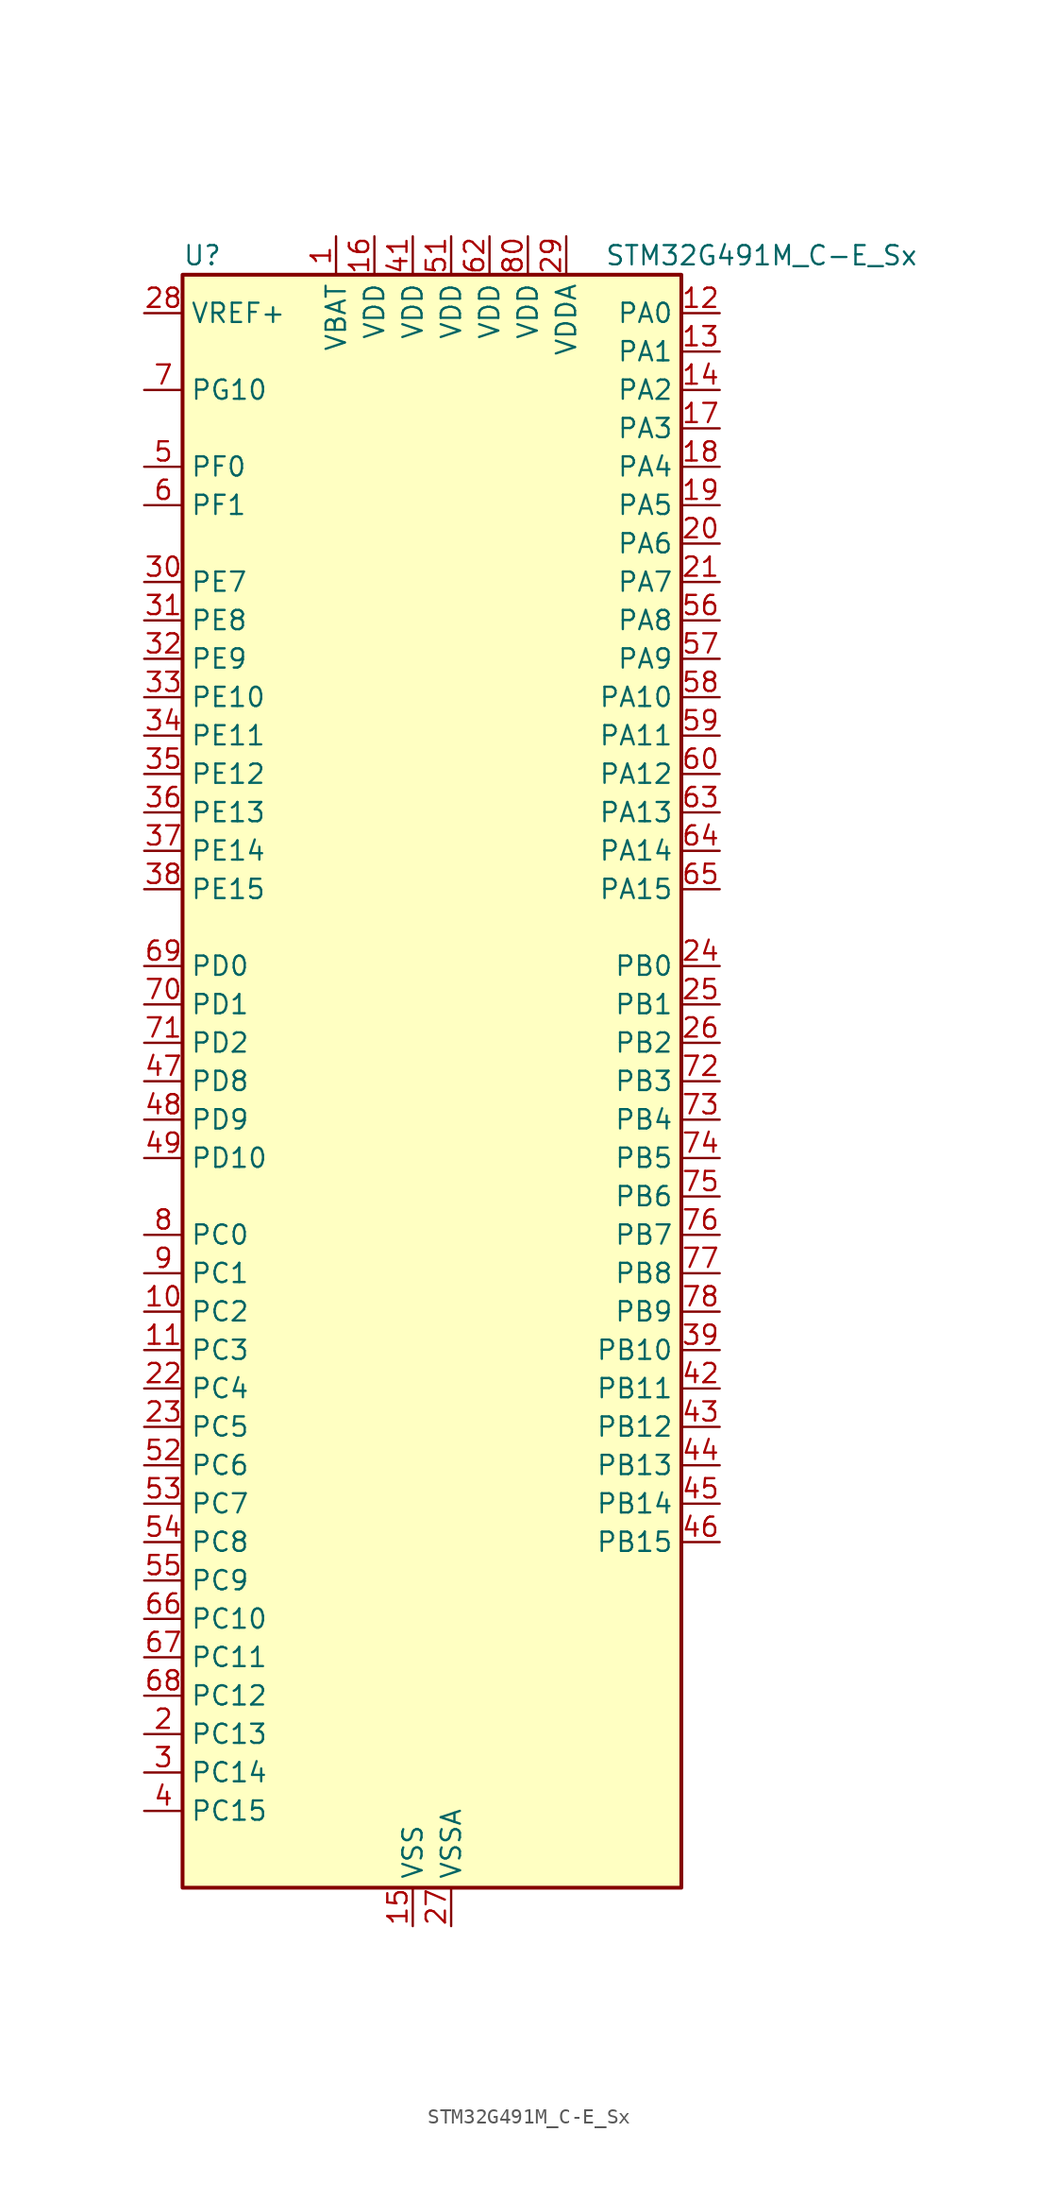
<source format=kicad_sym>
(kicad_symbol_lib
  (version 20220914)
  (generator kicad_symbol_editor)
  (symbol "STM32G491M_C-E_Sx"
    (property "Reference" "U"
      (at -15.24 54.61 0)
      (effects (font (size 1.27 1.27)) (justify left)))
    (property "Value" "STM32G491M_C-E_Sx"
      (at 12.7 54.61 0)
      (effects (font (size 1.27 1.27)) (justify left)))
    (property "ki_locked" ""
      (at 0 0 0)
      (effects (font (size 1.27 1.27))))
    (symbol "STM32G491M_C-E_Sx_0_1"
      (rectangle (start -15.24 -53.34) (end 17.78 53.34) (stroke (width 0.254) (type default)) (fill (type background))))
    (symbol "STM32G491M_C-E_Sx_1_1"
      (pin power_in line (at -5.08 55.88 270) (length 2.54) (name "VBAT" (effects (font (size 1.27 1.27)))) (number "1" (effects (font (size 1.27 1.27)))))
      (pin bidirectional line (at -17.78 -15.24 0) (length 2.54) (name "PC2" (effects (font (size 1.27 1.27)))) (number "10" (effects (font (size 1.27 1.27)))) (alternate "ADC1_IN8" bidirectional line) (alternate "ADC2_IN8" bidirectional line) (alternate "ADC3_EXTI2" bidirectional line) (alternate "COMP3_OUT" bidirectional line) (alternate "LPTIM1_IN2" bidirectional line) (alternate "QUADSPI1_BK2_IO1" bidirectional line) (alternate "TIM1_CH3" bidirectional line) (alternate "TIM20_CH2" bidirectional line))
      (pin bidirectional line (at -17.78 -17.78 0) (length 2.54) (name "PC3" (effects (font (size 1.27 1.27)))) (number "11" (effects (font (size 1.27 1.27)))) (alternate "ADC1_IN9" bidirectional line) (alternate "ADC2_IN9" bidirectional line) (alternate "ADC3_EXTI3" bidirectional line) (alternate "LPTIM1_ETR" bidirectional line) (alternate "QUADSPI1_BK2_IO2" bidirectional line) (alternate "SAI1_D1" bidirectional line) (alternate "SAI1_SD_A" bidirectional line) (alternate "TIM1_BKIN2" bidirectional line) (alternate "TIM1_CH4" bidirectional line))
      (pin bidirectional line (at 20.32 50.8 180) (length 2.54) (name "PA0" (effects (font (size 1.27 1.27)))) (number "12" (effects (font (size 1.27 1.27)))) (alternate "ADC1_IN1" bidirectional line) (alternate "ADC2_IN1" bidirectional line) (alternate "COMP1_INM" bidirectional line) (alternate "COMP1_OUT" bidirectional line) (alternate "COMP3_INP" bidirectional line) (alternate "RTC_TAMP2" bidirectional line) (alternate "SYS_WKUP1" bidirectional line) (alternate "TIM2_CH1" bidirectional line) (alternate "TIM2_ETR" bidirectional line) (alternate "TIM8_BKIN" bidirectional line) (alternate "TIM8_ETR" bidirectional line) (alternate "USART2_CTS" bidirectional line) (alternate "USART2_NSS" bidirectional line))
      (pin bidirectional line (at 20.32 48.26 180) (length 2.54) (name "PA1" (effects (font (size 1.27 1.27)))) (number "13" (effects (font (size 1.27 1.27)))) (alternate "ADC1_IN2" bidirectional line) (alternate "ADC2_IN2" bidirectional line) (alternate "COMP1_INP" bidirectional line) (alternate "OPAMP1_VINP" bidirectional line) (alternate "OPAMP1_VINP_SEC" bidirectional line) (alternate "OPAMP3_VINP" bidirectional line) (alternate "OPAMP3_VINP_SEC" bidirectional line) (alternate "OPAMP6_VINM" bidirectional line) (alternate "OPAMP6_VINM0" bidirectional line) (alternate "OPAMP6_VINM_SEC" bidirectional line) (alternate "RTC_REFIN" bidirectional line) (alternate "TIM15_CH1N" bidirectional line) (alternate "TIM2_CH2" bidirectional line) (alternate "USART2_DE" bidirectional line) (alternate "USART2_RTS" bidirectional line))
      (pin bidirectional line (at 20.32 45.72 180) (length 2.54) (name "PA2" (effects (font (size 1.27 1.27)))) (number "14" (effects (font (size 1.27 1.27)))) (alternate "ADC1_IN3" bidirectional line) (alternate "ADC3_EXTI2" bidirectional line) (alternate "COMP2_INM" bidirectional line) (alternate "COMP2_OUT" bidirectional line) (alternate "LPUART1_TX" bidirectional line) (alternate "OPAMP1_VOUT" bidirectional line) (alternate "QUADSPI1_BK1_NCS" bidirectional line) (alternate "RCC_LSCO" bidirectional line) (alternate "SYS_WKUP4" bidirectional line) (alternate "TIM15_CH1" bidirectional line) (alternate "TIM2_CH3" bidirectional line) (alternate "UCPD1_FRSTX1" bidirectional line) (alternate "UCPD1_FRSTX2" bidirectional line) (alternate "USART2_TX" bidirectional line))
      (pin power_in line (at 0 -55.88 90) (length 2.54) (name "VSS" (effects (font (size 1.27 1.27)))) (number "15" (effects (font (size 1.27 1.27)))))
      (pin power_in line (at -2.54 55.88 270) (length 2.54) (name "VDD" (effects (font (size 1.27 1.27)))) (number "16" (effects (font (size 1.27 1.27)))))
      (pin bidirectional line (at 20.32 43.18 180) (length 2.54) (name "PA3" (effects (font (size 1.27 1.27)))) (number "17" (effects (font (size 1.27 1.27)))) (alternate "ADC1_IN4" bidirectional line) (alternate "ADC3_EXTI3" bidirectional line) (alternate "COMP2_INP" bidirectional line) (alternate "LPUART1_RX" bidirectional line) (alternate "OPAMP1_VINM" bidirectional line) (alternate "OPAMP1_VINM0" bidirectional line) (alternate "OPAMP1_VINM_SEC" bidirectional line) (alternate "OPAMP1_VINP" bidirectional line) (alternate "OPAMP1_VINP_SEC" bidirectional line) (alternate "QUADSPI1_CLK" bidirectional line) (alternate "SAI1_CK1" bidirectional line) (alternate "SAI1_MCLK_A" bidirectional line) (alternate "TIM15_CH2" bidirectional line) (alternate "TIM2_CH4" bidirectional line) (alternate "USART2_RX" bidirectional line))
      (pin bidirectional line (at 20.32 40.64 180) (length 2.54) (name "PA4" (effects (font (size 1.27 1.27)))) (number "18" (effects (font (size 1.27 1.27)))) (alternate "ADC2_IN17" bidirectional line) (alternate "COMP1_INM" bidirectional line) (alternate "DAC1_OUT1" bidirectional line) (alternate "I2S3_WS" bidirectional line) (alternate "SAI1_FS_B" bidirectional line) (alternate "SPI1_NSS" bidirectional line) (alternate "SPI3_NSS" bidirectional line) (alternate "TIM3_CH2" bidirectional line) (alternate "USART2_CK" bidirectional line))
      (pin bidirectional line (at 20.32 38.1 180) (length 2.54) (name "PA5" (effects (font (size 1.27 1.27)))) (number "19" (effects (font (size 1.27 1.27)))) (alternate "ADC2_IN13" bidirectional line) (alternate "COMP2_INM" bidirectional line) (alternate "DAC1_OUT2" bidirectional line) (alternate "OPAMP2_VINM" bidirectional line) (alternate "OPAMP2_VINM0" bidirectional line) (alternate "OPAMP2_VINM_SEC" bidirectional line) (alternate "SPI1_SCK" bidirectional line) (alternate "TIM2_CH1" bidirectional line) (alternate "TIM2_ETR" bidirectional line) (alternate "UCPD1_FRSTX1" bidirectional line) (alternate "UCPD1_FRSTX2" bidirectional line))
      (pin bidirectional line (at -17.78 -43.18 0) (length 2.54) (name "PC13" (effects (font (size 1.27 1.27)))) (number "2" (effects (font (size 1.27 1.27)))) (alternate "RTC_OUT1" bidirectional line) (alternate "RTC_TAMP1" bidirectional line) (alternate "RTC_TS" bidirectional line) (alternate "SYS_WKUP2" bidirectional line) (alternate "TIM1_BKIN" bidirectional line) (alternate "TIM1_CH1N" bidirectional line) (alternate "TIM8_CH4N" bidirectional line))
      (pin bidirectional line (at 20.32 35.56 180) (length 2.54) (name "PA6" (effects (font (size 1.27 1.27)))) (number "20" (effects (font (size 1.27 1.27)))) (alternate "ADC2_IN3" bidirectional line) (alternate "COMP1_OUT" bidirectional line) (alternate "LPUART1_CTS" bidirectional line) (alternate "OPAMP2_VOUT" bidirectional line) (alternate "QUADSPI1_BK1_IO3" bidirectional line) (alternate "SPI1_MISO" bidirectional line) (alternate "TIM16_CH1" bidirectional line) (alternate "TIM1_BKIN" bidirectional line) (alternate "TIM3_CH1" bidirectional line) (alternate "TIM8_BKIN" bidirectional line))
      (pin bidirectional line (at 20.32 33.02 180) (length 2.54) (name "PA7" (effects (font (size 1.27 1.27)))) (number "21" (effects (font (size 1.27 1.27)))) (alternate "ADC2_IN4" bidirectional line) (alternate "COMP2_INP" bidirectional line) (alternate "COMP2_OUT" bidirectional line) (alternate "OPAMP1_VINP" bidirectional line) (alternate "OPAMP1_VINP_SEC" bidirectional line) (alternate "OPAMP2_VINP" bidirectional line) (alternate "OPAMP2_VINP_SEC" bidirectional line) (alternate "QUADSPI1_BK1_IO2" bidirectional line) (alternate "SPI1_MOSI" bidirectional line) (alternate "TIM17_CH1" bidirectional line) (alternate "TIM1_CH1N" bidirectional line) (alternate "TIM3_CH2" bidirectional line) (alternate "TIM8_CH1N" bidirectional line) (alternate "UCPD1_FRSTX1" bidirectional line) (alternate "UCPD1_FRSTX2" bidirectional line))
      (pin bidirectional line (at -17.78 -20.32 0) (length 2.54) (name "PC4" (effects (font (size 1.27 1.27)))) (number "22" (effects (font (size 1.27 1.27)))) (alternate "ADC2_IN5" bidirectional line) (alternate "I2C2_SCL" bidirectional line) (alternate "QUADSPI1_BK2_IO3" bidirectional line) (alternate "TIM1_ETR" bidirectional line) (alternate "USART1_TX" bidirectional line))
      (pin bidirectional line (at -17.78 -22.86 0) (length 2.54) (name "PC5" (effects (font (size 1.27 1.27)))) (number "23" (effects (font (size 1.27 1.27)))) (alternate "ADC2_IN11" bidirectional line) (alternate "OPAMP1_VINM" bidirectional line) (alternate "OPAMP1_VINM1" bidirectional line) (alternate "OPAMP1_VINM_SEC" bidirectional line) (alternate "OPAMP2_VINM" bidirectional line) (alternate "OPAMP2_VINM1" bidirectional line) (alternate "OPAMP2_VINM_SEC" bidirectional line) (alternate "SAI1_D3" bidirectional line) (alternate "SYS_WKUP5" bidirectional line) (alternate "TIM15_BKIN" bidirectional line) (alternate "TIM1_CH4N" bidirectional line) (alternate "USART1_RX" bidirectional line))
      (pin bidirectional line (at 20.32 7.62 180) (length 2.54) (name "PB0" (effects (font (size 1.27 1.27)))) (number "24" (effects (font (size 1.27 1.27)))) (alternate "ADC1_IN15" bidirectional line) (alternate "ADC3_IN12" bidirectional line) (alternate "COMP4_INP" bidirectional line) (alternate "OPAMP2_VINP" bidirectional line) (alternate "OPAMP2_VINP_SEC" bidirectional line) (alternate "OPAMP3_VINP" bidirectional line) (alternate "OPAMP3_VINP_SEC" bidirectional line) (alternate "QUADSPI1_BK1_IO1" bidirectional line) (alternate "TIM1_CH2N" bidirectional line) (alternate "TIM3_CH3" bidirectional line) (alternate "TIM8_CH2N" bidirectional line) (alternate "UCPD1_FRSTX1" bidirectional line) (alternate "UCPD1_FRSTX2" bidirectional line))
      (pin bidirectional line (at 20.32 5.08 180) (length 2.54) (name "PB1" (effects (font (size 1.27 1.27)))) (number "25" (effects (font (size 1.27 1.27)))) (alternate "ADC1_IN12" bidirectional line) (alternate "ADC3_IN1" bidirectional line) (alternate "COMP1_INP" bidirectional line) (alternate "COMP4_OUT" bidirectional line) (alternate "LPUART1_DE" bidirectional line) (alternate "LPUART1_RTS" bidirectional line) (alternate "OPAMP3_VOUT" bidirectional line) (alternate "OPAMP6_VINM" bidirectional line) (alternate "OPAMP6_VINM1" bidirectional line) (alternate "OPAMP6_VINM_SEC" bidirectional line) (alternate "QUADSPI1_BK1_IO0" bidirectional line) (alternate "TIM1_CH3N" bidirectional line) (alternate "TIM3_CH4" bidirectional line) (alternate "TIM8_CH3N" bidirectional line))
      (pin bidirectional line (at 20.32 2.54 180) (length 2.54) (name "PB2" (effects (font (size 1.27 1.27)))) (number "26" (effects (font (size 1.27 1.27)))) (alternate "ADC2_IN12" bidirectional line) (alternate "ADC3_EXTI2" bidirectional line) (alternate "COMP4_INM" bidirectional line) (alternate "I2C3_SMBA" bidirectional line) (alternate "LPTIM1_OUT" bidirectional line) (alternate "OPAMP3_VINM" bidirectional line) (alternate "OPAMP3_VINM0" bidirectional line) (alternate "OPAMP3_VINM_SEC" bidirectional line) (alternate "QUADSPI1_BK2_IO1" bidirectional line) (alternate "RTC_OUT2" bidirectional line) (alternate "TIM20_CH1" bidirectional line))
      (pin power_in line (at 2.54 -55.88 90) (length 2.54) (name "VSSA" (effects (font (size 1.27 1.27)))) (number "27" (effects (font (size 1.27 1.27)))))
      (pin input line (at -17.78 50.8 0) (length 2.54) (name "VREF+" (effects (font (size 1.27 1.27)))) (number "28" (effects (font (size 1.27 1.27)))) (alternate "VREFBUF_OUT" bidirectional line))
      (pin power_in line (at 10.16 55.88 270) (length 2.54) (name "VDDA" (effects (font (size 1.27 1.27)))) (number "29" (effects (font (size 1.27 1.27)))))
      (pin bidirectional line (at -17.78 -45.72 0) (length 2.54) (name "PC14" (effects (font (size 1.27 1.27)))) (number "3" (effects (font (size 1.27 1.27)))) (alternate "RCC_OSC32_IN" bidirectional line))
      (pin bidirectional line (at -17.78 33.02 0) (length 2.54) (name "PE7" (effects (font (size 1.27 1.27)))) (number "30" (effects (font (size 1.27 1.27)))) (alternate "ADC3_IN4" bidirectional line) (alternate "COMP4_INP" bidirectional line) (alternate "SAI1_SD_B" bidirectional line) (alternate "TIM1_ETR" bidirectional line))
      (pin bidirectional line (at -17.78 30.48 0) (length 2.54) (name "PE8" (effects (font (size 1.27 1.27)))) (number "31" (effects (font (size 1.27 1.27)))) (alternate "ADC3_IN6" bidirectional line) (alternate "COMP4_INM" bidirectional line) (alternate "SAI1_SCK_B" bidirectional line) (alternate "TIM1_CH1N" bidirectional line))
      (pin bidirectional line (at -17.78 27.94 0) (length 2.54) (name "PE9" (effects (font (size 1.27 1.27)))) (number "32" (effects (font (size 1.27 1.27)))) (alternate "ADC3_IN2" bidirectional line) (alternate "DAC1_EXTI9" bidirectional line) (alternate "DAC3_EXTI9" bidirectional line) (alternate "SAI1_FS_B" bidirectional line) (alternate "TIM1_CH1" bidirectional line))
      (pin bidirectional line (at -17.78 25.4 0) (length 2.54) (name "PE10" (effects (font (size 1.27 1.27)))) (number "33" (effects (font (size 1.27 1.27)))) (alternate "ADC3_IN14" bidirectional line) (alternate "DAC1_EXTI10" bidirectional line) (alternate "DAC3_EXTI10" bidirectional line) (alternate "QUADSPI1_CLK" bidirectional line) (alternate "SAI1_MCLK_B" bidirectional line) (alternate "TIM1_CH2N" bidirectional line))
      (pin bidirectional line (at -17.78 22.86 0) (length 2.54) (name "PE11" (effects (font (size 1.27 1.27)))) (number "34" (effects (font (size 1.27 1.27)))) (alternate "ADC1_EXTI11" bidirectional line) (alternate "ADC2_EXTI11" bidirectional line) (alternate "ADC3_IN15" bidirectional line) (alternate "QUADSPI1_BK1_NCS" bidirectional line) (alternate "TIM1_CH2" bidirectional line))
      (pin bidirectional line (at -17.78 20.32 0) (length 2.54) (name "PE12" (effects (font (size 1.27 1.27)))) (number "35" (effects (font (size 1.27 1.27)))) (alternate "ADC3_IN16" bidirectional line) (alternate "QUADSPI1_BK1_IO0" bidirectional line) (alternate "TIM1_CH3N" bidirectional line))
      (pin bidirectional line (at -17.78 17.78 0) (length 2.54) (name "PE13" (effects (font (size 1.27 1.27)))) (number "36" (effects (font (size 1.27 1.27)))) (alternate "ADC3_IN3" bidirectional line) (alternate "QUADSPI1_BK1_IO1" bidirectional line) (alternate "TIM1_CH3" bidirectional line))
      (pin bidirectional line (at -17.78 15.24 0) (length 2.54) (name "PE14" (effects (font (size 1.27 1.27)))) (number "37" (effects (font (size 1.27 1.27)))) (alternate "QUADSPI1_BK1_IO2" bidirectional line) (alternate "TIM1_BKIN2" bidirectional line) (alternate "TIM1_CH4" bidirectional line))
      (pin bidirectional line (at -17.78 12.7 0) (length 2.54) (name "PE15" (effects (font (size 1.27 1.27)))) (number "38" (effects (font (size 1.27 1.27)))) (alternate "ADC1_EXTI15" bidirectional line) (alternate "ADC2_EXTI15" bidirectional line) (alternate "QUADSPI1_BK1_IO3" bidirectional line) (alternate "TIM1_BKIN" bidirectional line) (alternate "TIM1_CH4N" bidirectional line) (alternate "USART3_RX" bidirectional line))
      (pin bidirectional line (at 20.32 -17.78 180) (length 2.54) (name "PB10" (effects (font (size 1.27 1.27)))) (number "39" (effects (font (size 1.27 1.27)))) (alternate "DAC1_EXTI10" bidirectional line) (alternate "DAC3_EXTI10" bidirectional line) (alternate "LPUART1_RX" bidirectional line) (alternate "OPAMP3_VINM" bidirectional line) (alternate "OPAMP3_VINM1" bidirectional line) (alternate "OPAMP3_VINM_SEC" bidirectional line) (alternate "QUADSPI1_CLK" bidirectional line) (alternate "SAI1_SCK_A" bidirectional line) (alternate "TIM1_BKIN" bidirectional line) (alternate "TIM2_CH3" bidirectional line) (alternate "USART3_TX" bidirectional line))
      (pin bidirectional line (at -17.78 -48.26 0) (length 2.54) (name "PC15" (effects (font (size 1.27 1.27)))) (number "4" (effects (font (size 1.27 1.27)))) (alternate "ADC1_EXTI15" bidirectional line) (alternate "ADC2_EXTI15" bidirectional line) (alternate "RCC_OSC32_OUT" bidirectional line))
      (pin passive line (at 0 -55.88 90) (length 2.54) hide (name "VSS" (effects (font (size 1.27 1.27)))) (number "40" (effects (font (size 1.27 1.27)))))
      (pin power_in line (at 0 55.88 270) (length 2.54) (name "VDD" (effects (font (size 1.27 1.27)))) (number "41" (effects (font (size 1.27 1.27)))))
      (pin bidirectional line (at 20.32 -20.32 180) (length 2.54) (name "PB11" (effects (font (size 1.27 1.27)))) (number "42" (effects (font (size 1.27 1.27)))) (alternate "ADC1_EXTI11" bidirectional line) (alternate "ADC1_IN14" bidirectional line) (alternate "ADC2_EXTI11" bidirectional line) (alternate "ADC2_IN14" bidirectional line) (alternate "LPUART1_TX" bidirectional line) (alternate "OPAMP6_VOUT" bidirectional line) (alternate "QUADSPI1_BK1_NCS" bidirectional line) (alternate "TIM2_CH4" bidirectional line) (alternate "USART3_RX" bidirectional line))
      (pin bidirectional line (at 20.32 -22.86 180) (length 2.54) (name "PB12" (effects (font (size 1.27 1.27)))) (number "43" (effects (font (size 1.27 1.27)))) (alternate "ADC1_IN11" bidirectional line) (alternate "FDCAN2_RX" bidirectional line) (alternate "I2C2_SMBA" bidirectional line) (alternate "I2S2_WS" bidirectional line) (alternate "LPUART1_DE" bidirectional line) (alternate "LPUART1_RTS" bidirectional line) (alternate "OPAMP6_VINP" bidirectional line) (alternate "OPAMP6_VINP_SEC" bidirectional line) (alternate "SPI2_NSS" bidirectional line) (alternate "TIM1_BKIN" bidirectional line) (alternate "USART3_CK" bidirectional line))
      (pin bidirectional line (at 20.32 -25.4 180) (length 2.54) (name "PB13" (effects (font (size 1.27 1.27)))) (number "44" (effects (font (size 1.27 1.27)))) (alternate "ADC3_IN5" bidirectional line) (alternate "FDCAN2_TX" bidirectional line) (alternate "I2S2_CK" bidirectional line) (alternate "LPUART1_CTS" bidirectional line) (alternate "OPAMP3_VINP" bidirectional line) (alternate "OPAMP3_VINP_SEC" bidirectional line) (alternate "OPAMP6_VINP" bidirectional line) (alternate "OPAMP6_VINP_SEC" bidirectional line) (alternate "SPI2_SCK" bidirectional line) (alternate "TIM1_CH1N" bidirectional line) (alternate "USART3_CTS" bidirectional line) (alternate "USART3_NSS" bidirectional line))
      (pin bidirectional line (at 20.32 -27.94 180) (length 2.54) (name "PB14" (effects (font (size 1.27 1.27)))) (number "45" (effects (font (size 1.27 1.27)))) (alternate "ADC1_IN5" bidirectional line) (alternate "COMP4_OUT" bidirectional line) (alternate "OPAMP2_VINP" bidirectional line) (alternate "OPAMP2_VINP_SEC" bidirectional line) (alternate "SPI2_MISO" bidirectional line) (alternate "TIM15_CH1" bidirectional line) (alternate "TIM1_CH2N" bidirectional line) (alternate "USART3_DE" bidirectional line) (alternate "USART3_RTS" bidirectional line))
      (pin bidirectional line (at 20.32 -30.48 180) (length 2.54) (name "PB15" (effects (font (size 1.27 1.27)))) (number "46" (effects (font (size 1.27 1.27)))) (alternate "ADC1_EXTI15" bidirectional line) (alternate "ADC2_EXTI15" bidirectional line) (alternate "ADC2_IN15" bidirectional line) (alternate "COMP3_OUT" bidirectional line) (alternate "I2S2_SD" bidirectional line) (alternate "RTC_REFIN" bidirectional line) (alternate "SPI2_MOSI" bidirectional line) (alternate "TIM15_CH1N" bidirectional line) (alternate "TIM15_CH2" bidirectional line) (alternate "TIM1_CH3N" bidirectional line))
      (pin bidirectional line (at -17.78 0 0) (length 2.54) (name "PD8" (effects (font (size 1.27 1.27)))) (number "47" (effects (font (size 1.27 1.27)))) (alternate "USART3_TX" bidirectional line))
      (pin bidirectional line (at -17.78 -2.54 0) (length 2.54) (name "PD9" (effects (font (size 1.27 1.27)))) (number "48" (effects (font (size 1.27 1.27)))) (alternate "DAC1_EXTI9" bidirectional line) (alternate "DAC3_EXTI9" bidirectional line) (alternate "OPAMP6_VINP" bidirectional line) (alternate "OPAMP6_VINP_SEC" bidirectional line) (alternate "USART3_RX" bidirectional line))
      (pin bidirectional line (at -17.78 -5.08 0) (length 2.54) (name "PD10" (effects (font (size 1.27 1.27)))) (number "49" (effects (font (size 1.27 1.27)))) (alternate "ADC3_IN7" bidirectional line) (alternate "DAC1_EXTI10" bidirectional line) (alternate "DAC3_EXTI10" bidirectional line) (alternate "USART3_CK" bidirectional line))
      (pin bidirectional line (at -17.78 40.64 0) (length 2.54) (name "PF0" (effects (font (size 1.27 1.27)))) (number "5" (effects (font (size 1.27 1.27)))) (alternate "ADC1_IN10" bidirectional line) (alternate "I2C2_SDA" bidirectional line) (alternate "I2S2_WS" bidirectional line) (alternate "RCC_OSC_IN" bidirectional line) (alternate "SPI2_NSS" bidirectional line) (alternate "TIM1_CH3N" bidirectional line))
      (pin passive line (at 0 -55.88 90) (length 2.54) hide (name "VSS" (effects (font (size 1.27 1.27)))) (number "50" (effects (font (size 1.27 1.27)))))
      (pin power_in line (at 2.54 55.88 270) (length 2.54) (name "VDD" (effects (font (size 1.27 1.27)))) (number "51" (effects (font (size 1.27 1.27)))))
      (pin bidirectional line (at -17.78 -25.4 0) (length 2.54) (name "PC6" (effects (font (size 1.27 1.27)))) (number "52" (effects (font (size 1.27 1.27)))) (alternate "I2S2_MCK" bidirectional line) (alternate "TIM3_CH1" bidirectional line) (alternate "TIM8_CH1" bidirectional line))
      (pin bidirectional line (at -17.78 -27.94 0) (length 2.54) (name "PC7" (effects (font (size 1.27 1.27)))) (number "53" (effects (font (size 1.27 1.27)))) (alternate "I2S3_MCK" bidirectional line) (alternate "TIM3_CH2" bidirectional line) (alternate "TIM8_CH2" bidirectional line))
      (pin bidirectional line (at -17.78 -30.48 0) (length 2.54) (name "PC8" (effects (font (size 1.27 1.27)))) (number "54" (effects (font (size 1.27 1.27)))) (alternate "I2C3_SCL" bidirectional line) (alternate "TIM20_CH3" bidirectional line) (alternate "TIM3_CH3" bidirectional line) (alternate "TIM8_CH3" bidirectional line))
      (pin bidirectional line (at -17.78 -33.02 0) (length 2.54) (name "PC9" (effects (font (size 1.27 1.27)))) (number "55" (effects (font (size 1.27 1.27)))) (alternate "DAC1_EXTI9" bidirectional line) (alternate "DAC3_EXTI9" bidirectional line) (alternate "I2C3_SDA" bidirectional line) (alternate "I2S_CKIN" bidirectional line) (alternate "TIM3_CH4" bidirectional line) (alternate "TIM8_BKIN2" bidirectional line) (alternate "TIM8_CH4" bidirectional line))
      (pin bidirectional line (at 20.32 30.48 180) (length 2.54) (name "PA8" (effects (font (size 1.27 1.27)))) (number "56" (effects (font (size 1.27 1.27)))) (alternate "I2C2_SDA" bidirectional line) (alternate "I2C3_SCL" bidirectional line) (alternate "I2S2_MCK" bidirectional line) (alternate "RCC_MCO" bidirectional line) (alternate "SAI1_CK2" bidirectional line) (alternate "SAI1_SCK_A" bidirectional line) (alternate "TIM1_CH1" bidirectional line) (alternate "TIM4_ETR" bidirectional line) (alternate "USART1_CK" bidirectional line))
      (pin bidirectional line (at 20.32 27.94 180) (length 2.54) (name "PA9" (effects (font (size 1.27 1.27)))) (number "57" (effects (font (size 1.27 1.27)))) (alternate "DAC1_EXTI9" bidirectional line) (alternate "DAC3_EXTI9" bidirectional line) (alternate "I2C2_SCL" bidirectional line) (alternate "I2C3_SMBA" bidirectional line) (alternate "I2S3_MCK" bidirectional line) (alternate "SAI1_FS_A" bidirectional line) (alternate "TIM15_BKIN" bidirectional line) (alternate "TIM1_CH2" bidirectional line) (alternate "TIM2_CH3" bidirectional line) (alternate "UCPD1_DBCC1" bidirectional line) (alternate "USART1_TX" bidirectional line))
      (pin bidirectional line (at 20.32 25.4 180) (length 2.54) (name "PA10" (effects (font (size 1.27 1.27)))) (number "58" (effects (font (size 1.27 1.27)))) (alternate "CRS_SYNC" bidirectional line) (alternate "DAC1_EXTI10" bidirectional line) (alternate "DAC3_EXTI10" bidirectional line) (alternate "I2C2_SMBA" bidirectional line) (alternate "SAI1_D1" bidirectional line) (alternate "SAI1_SD_A" bidirectional line) (alternate "SPI2_MISO" bidirectional line) (alternate "TIM17_BKIN" bidirectional line) (alternate "TIM1_CH3" bidirectional line) (alternate "TIM2_CH4" bidirectional line) (alternate "TIM8_BKIN" bidirectional line) (alternate "UCPD1_DBCC2" bidirectional line) (alternate "USART1_RX" bidirectional line))
      (pin bidirectional line (at 20.32 22.86 180) (length 2.54) (name "PA11" (effects (font (size 1.27 1.27)))) (number "59" (effects (font (size 1.27 1.27)))) (alternate "ADC1_EXTI11" bidirectional line) (alternate "ADC2_EXTI11" bidirectional line) (alternate "COMP1_OUT" bidirectional line) (alternate "FDCAN1_RX" bidirectional line) (alternate "I2S2_SD" bidirectional line) (alternate "SPI2_MOSI" bidirectional line) (alternate "TIM1_BKIN2" bidirectional line) (alternate "TIM1_CH1N" bidirectional line) (alternate "TIM1_CH4" bidirectional line) (alternate "TIM4_CH1" bidirectional line) (alternate "USART1_CTS" bidirectional line) (alternate "USART1_NSS" bidirectional line) (alternate "USB_DM" bidirectional line))
      (pin bidirectional line (at -17.78 38.1 0) (length 2.54) (name "PF1" (effects (font (size 1.27 1.27)))) (number "6" (effects (font (size 1.27 1.27)))) (alternate "ADC2_IN10" bidirectional line) (alternate "COMP3_INM" bidirectional line) (alternate "I2S2_CK" bidirectional line) (alternate "RCC_OSC_OUT" bidirectional line) (alternate "SPI2_SCK" bidirectional line))
      (pin bidirectional line (at 20.32 20.32 180) (length 2.54) (name "PA12" (effects (font (size 1.27 1.27)))) (number "60" (effects (font (size 1.27 1.27)))) (alternate "COMP2_OUT" bidirectional line) (alternate "FDCAN1_TX" bidirectional line) (alternate "I2S_CKIN" bidirectional line) (alternate "TIM16_CH1" bidirectional line) (alternate "TIM1_CH2N" bidirectional line) (alternate "TIM1_ETR" bidirectional line) (alternate "TIM4_CH2" bidirectional line) (alternate "USART1_DE" bidirectional line) (alternate "USART1_RTS" bidirectional line) (alternate "USB_DP" bidirectional line))
      (pin passive line (at 0 -55.88 90) (length 2.54) hide (name "VSS" (effects (font (size 1.27 1.27)))) (number "61" (effects (font (size 1.27 1.27)))))
      (pin power_in line (at 5.08 55.88 270) (length 2.54) (name "VDD" (effects (font (size 1.27 1.27)))) (number "62" (effects (font (size 1.27 1.27)))))
      (pin bidirectional line (at 20.32 17.78 180) (length 2.54) (name "PA13" (effects (font (size 1.27 1.27)))) (number "63" (effects (font (size 1.27 1.27)))) (alternate "I2C1_SCL" bidirectional line) (alternate "IR_OUT" bidirectional line) (alternate "SAI1_SD_B" bidirectional line) (alternate "SYS_JTMS-SWDIO" bidirectional line) (alternate "TIM16_CH1N" bidirectional line) (alternate "TIM4_CH3" bidirectional line) (alternate "USART3_CTS" bidirectional line) (alternate "USART3_NSS" bidirectional line))
      (pin bidirectional line (at 20.32 15.24 180) (length 2.54) (name "PA14" (effects (font (size 1.27 1.27)))) (number "64" (effects (font (size 1.27 1.27)))) (alternate "I2C1_SDA" bidirectional line) (alternate "LPTIM1_OUT" bidirectional line) (alternate "SAI1_FS_B" bidirectional line) (alternate "SYS_JTCK-SWCLK" bidirectional line) (alternate "TIM1_BKIN" bidirectional line) (alternate "TIM8_CH2" bidirectional line) (alternate "USART2_TX" bidirectional line))
      (pin bidirectional line (at 20.32 12.7 180) (length 2.54) (name "PA15" (effects (font (size 1.27 1.27)))) (number "65" (effects (font (size 1.27 1.27)))) (alternate "ADC1_EXTI15" bidirectional line) (alternate "ADC2_EXTI15" bidirectional line) (alternate "I2C1_SCL" bidirectional line) (alternate "I2S3_WS" bidirectional line) (alternate "SPI1_NSS" bidirectional line) (alternate "SPI3_NSS" bidirectional line) (alternate "SYS_JTDI" bidirectional line) (alternate "TIM1_BKIN" bidirectional line) (alternate "TIM20_ETR" bidirectional line) (alternate "TIM2_CH1" bidirectional line) (alternate "TIM2_ETR" bidirectional line) (alternate "TIM8_CH1" bidirectional line) (alternate "UART4_DE" bidirectional line) (alternate "UART4_RTS" bidirectional line) (alternate "USART2_RX" bidirectional line))
      (pin bidirectional line (at -17.78 -35.56 0) (length 2.54) (name "PC10" (effects (font (size 1.27 1.27)))) (number "66" (effects (font (size 1.27 1.27)))) (alternate "DAC1_EXTI10" bidirectional line) (alternate "DAC3_EXTI10" bidirectional line) (alternate "I2S3_CK" bidirectional line) (alternate "SPI3_SCK" bidirectional line) (alternate "TIM8_CH1N" bidirectional line) (alternate "UART4_TX" bidirectional line) (alternate "USART3_TX" bidirectional line))
      (pin bidirectional line (at -17.78 -38.1 0) (length 2.54) (name "PC11" (effects (font (size 1.27 1.27)))) (number "67" (effects (font (size 1.27 1.27)))) (alternate "ADC1_EXTI11" bidirectional line) (alternate "ADC2_EXTI11" bidirectional line) (alternate "I2C3_SDA" bidirectional line) (alternate "SPI3_MISO" bidirectional line) (alternate "TIM8_CH2N" bidirectional line) (alternate "UART4_RX" bidirectional line) (alternate "USART3_RX" bidirectional line))
      (pin bidirectional line (at -17.78 -40.64 0) (length 2.54) (name "PC12" (effects (font (size 1.27 1.27)))) (number "68" (effects (font (size 1.27 1.27)))) (alternate "I2S3_SD" bidirectional line) (alternate "SPI3_MOSI" bidirectional line) (alternate "TIM8_CH3N" bidirectional line) (alternate "UART5_TX" bidirectional line) (alternate "UCPD1_FRSTX1" bidirectional line) (alternate "UCPD1_FRSTX2" bidirectional line) (alternate "USART3_CK" bidirectional line))
      (pin bidirectional line (at -17.78 7.62 0) (length 2.54) (name "PD0" (effects (font (size 1.27 1.27)))) (number "69" (effects (font (size 1.27 1.27)))) (alternate "FDCAN1_RX" bidirectional line) (alternate "TIM8_CH4N" bidirectional line))
      (pin bidirectional line (at -17.78 45.72 0) (length 2.54) (name "PG10" (effects (font (size 1.27 1.27)))) (number "7" (effects (font (size 1.27 1.27)))) (alternate "DAC1_EXTI10" bidirectional line) (alternate "DAC3_EXTI10" bidirectional line) (alternate "RCC_MCO" bidirectional line))
      (pin bidirectional line (at -17.78 5.08 0) (length 2.54) (name "PD1" (effects (font (size 1.27 1.27)))) (number "70" (effects (font (size 1.27 1.27)))) (alternate "FDCAN1_TX" bidirectional line) (alternate "TIM8_BKIN2" bidirectional line) (alternate "TIM8_CH4" bidirectional line))
      (pin bidirectional line (at -17.78 2.54 0) (length 2.54) (name "PD2" (effects (font (size 1.27 1.27)))) (number "71" (effects (font (size 1.27 1.27)))) (alternate "ADC3_EXTI2" bidirectional line) (alternate "TIM3_ETR" bidirectional line) (alternate "TIM8_BKIN" bidirectional line) (alternate "UART5_RX" bidirectional line))
      (pin bidirectional line (at 20.32 0 180) (length 2.54) (name "PB3" (effects (font (size 1.27 1.27)))) (number "72" (effects (font (size 1.27 1.27)))) (alternate "ADC3_EXTI3" bidirectional line) (alternate "CRS_SYNC" bidirectional line) (alternate "I2S3_CK" bidirectional line) (alternate "SAI1_SCK_B" bidirectional line) (alternate "SPI1_SCK" bidirectional line) (alternate "SPI3_SCK" bidirectional line) (alternate "SYS_JTDO-SWO" bidirectional line) (alternate "TIM2_CH2" bidirectional line) (alternate "TIM3_ETR" bidirectional line) (alternate "TIM4_ETR" bidirectional line) (alternate "TIM8_CH1N" bidirectional line) (alternate "USART2_TX" bidirectional line))
      (pin bidirectional line (at 20.32 -2.54 180) (length 2.54) (name "PB4" (effects (font (size 1.27 1.27)))) (number "73" (effects (font (size 1.27 1.27)))) (alternate "SAI1_MCLK_B" bidirectional line) (alternate "SPI1_MISO" bidirectional line) (alternate "SPI3_MISO" bidirectional line) (alternate "SYS_JTRST" bidirectional line) (alternate "TIM16_CH1" bidirectional line) (alternate "TIM17_BKIN" bidirectional line) (alternate "TIM3_CH1" bidirectional line) (alternate "TIM8_CH2N" bidirectional line) (alternate "UART5_DE" bidirectional line) (alternate "UART5_RTS" bidirectional line) (alternate "UCPD1_CC2" bidirectional line) (alternate "USART2_RX" bidirectional line))
      (pin bidirectional line (at 20.32 -5.08 180) (length 2.54) (name "PB5" (effects (font (size 1.27 1.27)))) (number "74" (effects (font (size 1.27 1.27)))) (alternate "FDCAN2_RX" bidirectional line) (alternate "I2C1_SMBA" bidirectional line) (alternate "I2C3_SDA" bidirectional line) (alternate "I2S3_SD" bidirectional line) (alternate "LPTIM1_IN1" bidirectional line) (alternate "SAI1_SD_B" bidirectional line) (alternate "SPI1_MOSI" bidirectional line) (alternate "SPI3_MOSI" bidirectional line) (alternate "TIM16_BKIN" bidirectional line) (alternate "TIM17_CH1" bidirectional line) (alternate "TIM3_CH2" bidirectional line) (alternate "TIM8_CH3N" bidirectional line) (alternate "UART5_CTS" bidirectional line) (alternate "USART2_CK" bidirectional line))
      (pin bidirectional line (at 20.32 -7.62 180) (length 2.54) (name "PB6" (effects (font (size 1.27 1.27)))) (number "75" (effects (font (size 1.27 1.27)))) (alternate "COMP4_OUT" bidirectional line) (alternate "FDCAN2_TX" bidirectional line) (alternate "LPTIM1_ETR" bidirectional line) (alternate "SAI1_FS_B" bidirectional line) (alternate "TIM16_CH1N" bidirectional line) (alternate "TIM4_CH1" bidirectional line) (alternate "TIM8_BKIN2" bidirectional line) (alternate "TIM8_CH1" bidirectional line) (alternate "TIM8_ETR" bidirectional line) (alternate "UCPD1_CC1" bidirectional line) (alternate "USART1_TX" bidirectional line))
      (pin bidirectional line (at 20.32 -10.16 180) (length 2.54) (name "PB7" (effects (font (size 1.27 1.27)))) (number "76" (effects (font (size 1.27 1.27)))) (alternate "COMP3_OUT" bidirectional line) (alternate "I2C1_SDA" bidirectional line) (alternate "LPTIM1_IN2" bidirectional line) (alternate "SYS_PVD_IN" bidirectional line) (alternate "TIM17_CH1N" bidirectional line) (alternate "TIM3_CH4" bidirectional line) (alternate "TIM4_CH2" bidirectional line) (alternate "TIM8_BKIN" bidirectional line) (alternate "UART4_CTS" bidirectional line) (alternate "USART1_RX" bidirectional line))
      (pin bidirectional line (at 20.32 -12.7 180) (length 2.54) (name "PB8" (effects (font (size 1.27 1.27)))) (number "77" (effects (font (size 1.27 1.27)))) (alternate "COMP1_OUT" bidirectional line) (alternate "FDCAN1_RX" bidirectional line) (alternate "I2C1_SCL" bidirectional line) (alternate "SAI1_CK1" bidirectional line) (alternate "SAI1_MCLK_A" bidirectional line) (alternate "TIM16_CH1" bidirectional line) (alternate "TIM1_BKIN" bidirectional line) (alternate "TIM4_CH3" bidirectional line) (alternate "TIM8_CH2" bidirectional line) (alternate "USART3_RX" bidirectional line))
      (pin bidirectional line (at 20.32 -15.24 180) (length 2.54) (name "PB9" (effects (font (size 1.27 1.27)))) (number "78" (effects (font (size 1.27 1.27)))) (alternate "COMP2_OUT" bidirectional line) (alternate "DAC1_EXTI9" bidirectional line) (alternate "DAC3_EXTI9" bidirectional line) (alternate "FDCAN1_TX" bidirectional line) (alternate "I2C1_SDA" bidirectional line) (alternate "IR_OUT" bidirectional line) (alternate "SAI1_D2" bidirectional line) (alternate "SAI1_FS_A" bidirectional line) (alternate "TIM17_CH1" bidirectional line) (alternate "TIM1_CH3N" bidirectional line) (alternate "TIM4_CH4" bidirectional line) (alternate "TIM8_CH3" bidirectional line) (alternate "USART3_TX" bidirectional line))
      (pin passive line (at 0 -55.88 90) (length 2.54) hide (name "VSS" (effects (font (size 1.27 1.27)))) (number "79" (effects (font (size 1.27 1.27)))))
      (pin bidirectional line (at -17.78 -10.16 0) (length 2.54) (name "PC0" (effects (font (size 1.27 1.27)))) (number "8" (effects (font (size 1.27 1.27)))) (alternate "ADC1_IN6" bidirectional line) (alternate "ADC2_IN6" bidirectional line) (alternate "COMP3_INM" bidirectional line) (alternate "LPTIM1_IN1" bidirectional line) (alternate "LPUART1_RX" bidirectional line) (alternate "TIM1_CH1" bidirectional line))
      (pin power_in line (at 7.62 55.88 270) (length 2.54) (name "VDD" (effects (font (size 1.27 1.27)))) (number "80" (effects (font (size 1.27 1.27)))))
      (pin bidirectional line (at -17.78 -12.7 0) (length 2.54) (name "PC1" (effects (font (size 1.27 1.27)))) (number "9" (effects (font (size 1.27 1.27)))) (alternate "ADC1_IN7" bidirectional line) (alternate "ADC2_IN7" bidirectional line) (alternate "COMP3_INP" bidirectional line) (alternate "LPTIM1_OUT" bidirectional line) (alternate "LPUART1_TX" bidirectional line) (alternate "QUADSPI1_BK2_IO0" bidirectional line) (alternate "SAI1_SD_A" bidirectional line) (alternate "TIM1_CH2" bidirectional line)))))
</source>
